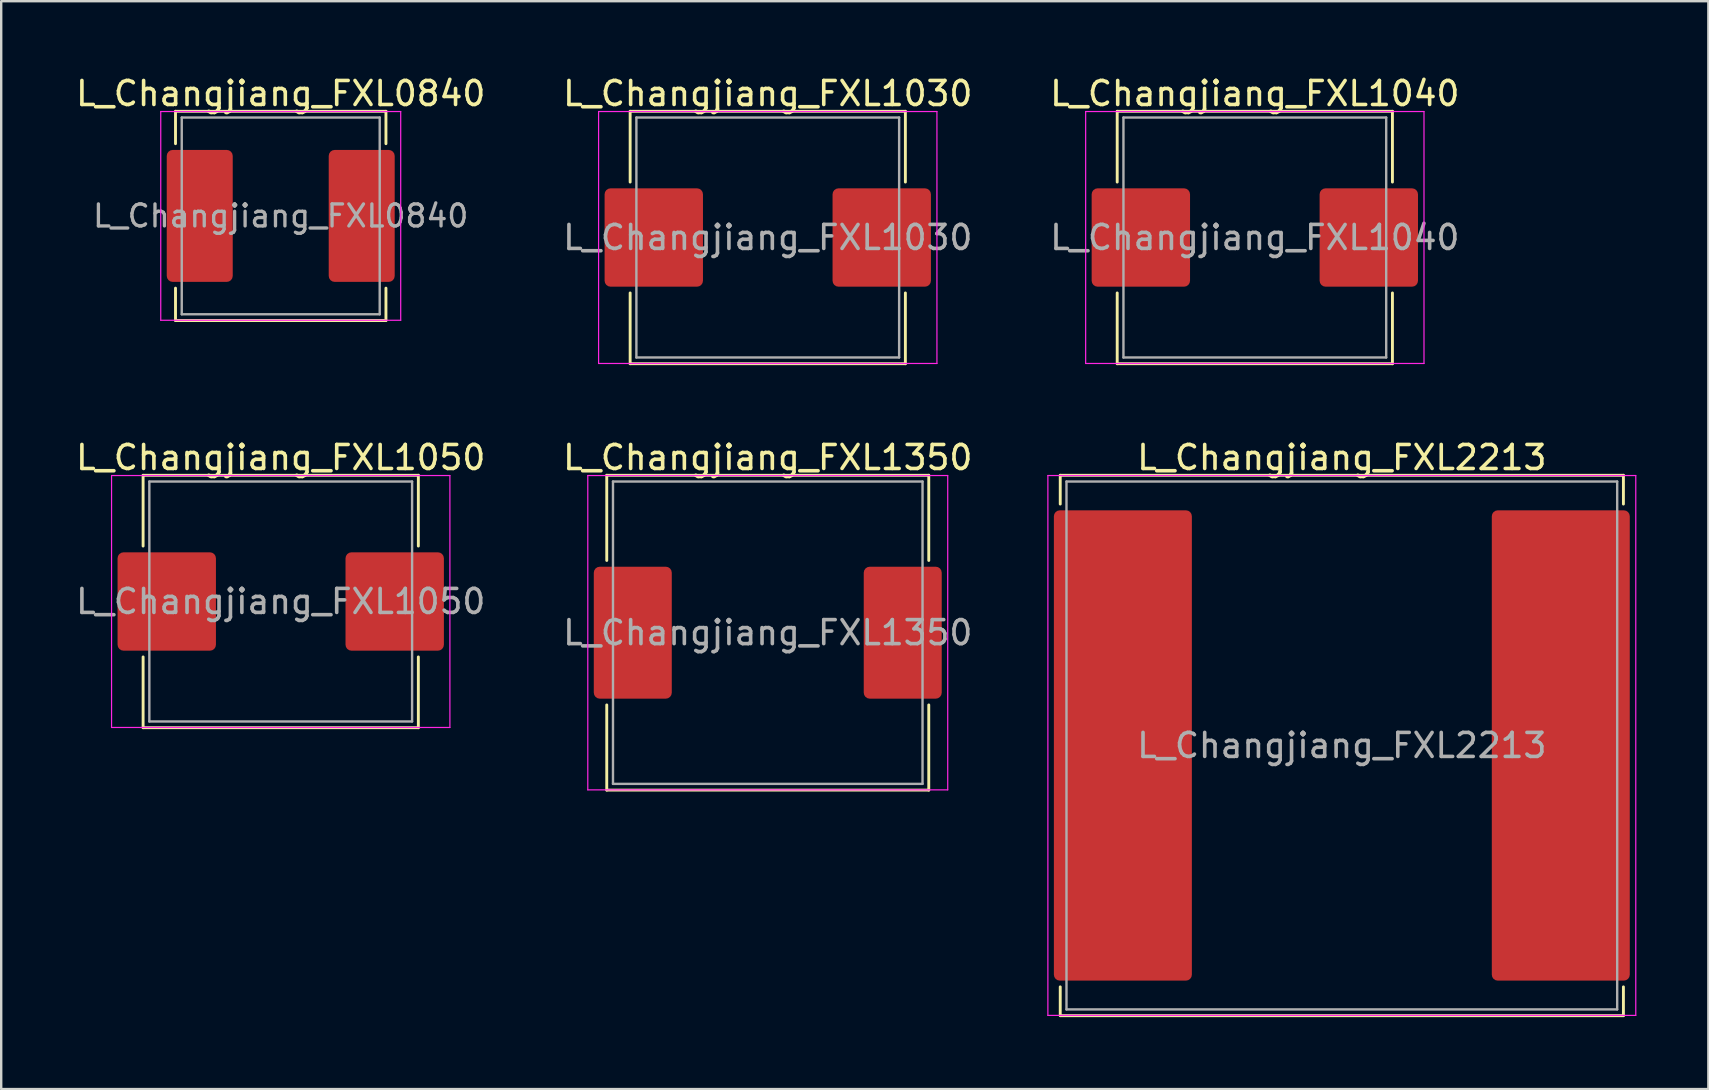
<source format=kicad_pcb>
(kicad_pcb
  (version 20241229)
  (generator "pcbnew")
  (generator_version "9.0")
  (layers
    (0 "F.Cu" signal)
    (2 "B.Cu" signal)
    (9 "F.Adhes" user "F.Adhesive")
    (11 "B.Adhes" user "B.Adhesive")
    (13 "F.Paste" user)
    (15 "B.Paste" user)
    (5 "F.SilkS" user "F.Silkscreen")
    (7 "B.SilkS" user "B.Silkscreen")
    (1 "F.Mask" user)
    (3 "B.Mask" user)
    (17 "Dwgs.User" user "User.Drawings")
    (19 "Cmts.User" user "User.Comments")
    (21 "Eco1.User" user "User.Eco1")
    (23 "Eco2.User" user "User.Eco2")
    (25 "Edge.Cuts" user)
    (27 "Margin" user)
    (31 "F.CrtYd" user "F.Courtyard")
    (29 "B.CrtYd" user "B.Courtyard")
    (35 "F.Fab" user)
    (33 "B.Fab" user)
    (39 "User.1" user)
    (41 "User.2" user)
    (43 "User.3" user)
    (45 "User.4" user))
  (footprint "L_Changjiang_FXL1030"
    (layer "F.Cu")
    (at 28.946 6.848)
    (property "Reference" "L_Changjiang_FXL1030" (at 0 -6 0) (layer "F.SilkS") (effects (font (size 1 1) (thickness 0.15))))
    (attr smd)
    (fp_line (start -5.735 -5.26) (end -5.735 -2.31) (stroke (width 0.12) (type solid)) (layer "F.SilkS"))
    (fp_line (start -5.735 -5.26) (end 5.735 -5.26) (stroke (width 0.12) (type solid)) (layer "F.SilkS"))
    (fp_line (start -5.735 5.26) (end -5.735 2.31) (stroke (width 0.12) (type solid)) (layer "F.SilkS"))
    (fp_line (start -5.735 5.26) (end 5.735 5.26) (stroke (width 0.12) (type solid)) (layer "F.SilkS"))
    (fp_line (start 5.735 -5.26) (end 5.735 -2.31) (stroke (width 0.12) (type solid)) (layer "F.SilkS"))
    (fp_line (start 5.735 5.26) (end 5.735 2.31) (stroke (width 0.12) (type solid)) (layer "F.SilkS"))
    (fp_line (start -7.05 -5.25) (end -7.05 5.25) (stroke (width 0.05) (type solid)) (layer "F.CrtYd"))
    (fp_line (start -7.05 5.25) (end 7.05 5.25) (stroke (width 0.05) (type solid)) (layer "F.CrtYd"))
    (fp_line (start 7.05 -5.25) (end -7.05 -5.25) (stroke (width 0.05) (type solid)) (layer "F.CrtYd"))
    (fp_line (start 7.05 5.25) (end 7.05 -5.25) (stroke (width 0.05) (type solid)) (layer "F.CrtYd"))
    (fp_line (start -5.475 -5) (end -5.475 5) (stroke (width 0.1) (type solid)) (layer "F.Fab"))
    (fp_line (start -5.475 5) (end 5.475 5) (stroke (width 0.1) (type solid)) (layer "F.Fab"))
    (fp_line (start 5.475 -5) (end -5.475 -5) (stroke (width 0.1) (type solid)) (layer "F.Fab"))
    (fp_line (start 5.475 5) (end 5.475 -5) (stroke (width 0.1) (type solid)) (layer "F.Fab"))
    (fp_text user "${REFERENCE}" (at 0 0 0) (layer "F.Fab") (effects (font (size 1 1) (thickness 0.15))))
    (pad "1" smd roundrect (at -4.75 0) (size 4.1 4.1) (layers "F.Cu" "F.Mask" "F.Paste") (roundrect_rratio 0.061))
    (pad "2" smd roundrect (at 4.75 0) (size 4.1 4.1) (layers "F.Cu" "F.Mask" "F.Paste") (roundrect_rratio 0.061)))
  (footprint "L_Changjiang_FXL2213"
    (layer "F.Cu")
    (at 52.87 28.017)
    (property "Reference" "L_Changjiang_FXL2213" (at 0 -12 0) (layer "F.SilkS") (effects (font (size 1 1) (thickness 0.15))))
    (attr smd)
    (fp_line (start -11.735 -11.26) (end -11.735 -10.06) (stroke (width 0.12) (type solid)) (layer "F.SilkS"))
    (fp_line (start -11.735 -11.26) (end 11.735 -11.26) (stroke (width 0.12) (type solid)) (layer "F.SilkS"))
    (fp_line (start -11.735 11.26) (end -11.735 10.06) (stroke (width 0.12) (type solid)) (layer "F.SilkS"))
    (fp_line (start -11.735 11.26) (end 11.735 11.26) (stroke (width 0.12) (type solid)) (layer "F.SilkS"))
    (fp_line (start 11.735 -11.26) (end 11.735 -10.06) (stroke (width 0.12) (type solid)) (layer "F.SilkS"))
    (fp_line (start 11.735 11.26) (end 11.735 10.06) (stroke (width 0.12) (type solid)) (layer "F.SilkS"))
    (fp_line (start -12.25 -11.25) (end -12.25 11.25) (stroke (width 0.05) (type solid)) (layer "F.CrtYd"))
    (fp_line (start -12.25 11.25) (end 12.25 11.25) (stroke (width 0.05) (type solid)) (layer "F.CrtYd"))
    (fp_line (start 12.25 -11.25) (end -12.25 -11.25) (stroke (width 0.05) (type solid)) (layer "F.CrtYd"))
    (fp_line (start 12.25 11.25) (end 12.25 -11.25) (stroke (width 0.05) (type solid)) (layer "F.CrtYd"))
    (fp_line (start -11.475 -11) (end -11.475 11) (stroke (width 0.1) (type solid)) (layer "F.Fab"))
    (fp_line (start -11.475 11) (end 11.475 11) (stroke (width 0.1) (type solid)) (layer "F.Fab"))
    (fp_line (start 11.475 -11) (end -11.475 -11) (stroke (width 0.1) (type solid)) (layer "F.Fab"))
    (fp_line (start 11.475 11) (end 11.475 -11) (stroke (width 0.1) (type solid)) (layer "F.Fab"))
    (fp_text user "${REFERENCE}" (at 0 0 0) (layer "F.Fab") (effects (font (size 1 1) (thickness 0.15))))
    (pad "1" smd roundrect (at -9.125 0) (size 5.75 19.6) (layers "F.Cu" "F.Mask" "F.Paste") (roundrect_rratio 0.043))
    (pad "2" smd roundrect (at 9.125 0) (size 5.75 19.6) (layers "F.Cu" "F.Mask" "F.Paste") (roundrect_rratio 0.043)))
  (footprint "L_Changjiang_FXL1050"
    (layer "F.Cu")
    (at 8.649 22.017)
    (property "Reference" "L_Changjiang_FXL1050" (at 0 -6 0) (layer "F.SilkS") (effects (font (size 1 1) (thickness 0.15))))
    (attr smd)
    (fp_line (start -5.735 -5.26) (end -5.735 -2.31) (stroke (width 0.12) (type solid)) (layer "F.SilkS"))
    (fp_line (start -5.735 -5.26) (end 5.735 -5.26) (stroke (width 0.12) (type solid)) (layer "F.SilkS"))
    (fp_line (start -5.735 5.26) (end -5.735 2.31) (stroke (width 0.12) (type solid)) (layer "F.SilkS"))
    (fp_line (start -5.735 5.26) (end 5.735 5.26) (stroke (width 0.12) (type solid)) (layer "F.SilkS"))
    (fp_line (start 5.735 -5.26) (end 5.735 -2.31) (stroke (width 0.12) (type solid)) (layer "F.SilkS"))
    (fp_line (start 5.735 5.26) (end 5.735 2.31) (stroke (width 0.12) (type solid)) (layer "F.SilkS"))
    (fp_line (start -7.05 -5.25) (end -7.05 5.25) (stroke (width 0.05) (type solid)) (layer "F.CrtYd"))
    (fp_line (start -7.05 5.25) (end 7.05 5.25) (stroke (width 0.05) (type solid)) (layer "F.CrtYd"))
    (fp_line (start 7.05 -5.25) (end -7.05 -5.25) (stroke (width 0.05) (type solid)) (layer "F.CrtYd"))
    (fp_line (start 7.05 5.25) (end 7.05 -5.25) (stroke (width 0.05) (type solid)) (layer "F.CrtYd"))
    (fp_line (start -5.475 -5) (end -5.475 5) (stroke (width 0.1) (type solid)) (layer "F.Fab"))
    (fp_line (start -5.475 5) (end 5.475 5) (stroke (width 0.1) (type solid)) (layer "F.Fab"))
    (fp_line (start 5.475 -5) (end -5.475 -5) (stroke (width 0.1) (type solid)) (layer "F.Fab"))
    (fp_line (start 5.475 5) (end 5.475 -5) (stroke (width 0.1) (type solid)) (layer "F.Fab"))
    (fp_text user "${REFERENCE}" (at 0 0 0) (layer "F.Fab") (effects (font (size 1 1) (thickness 0.15))))
    (pad "1" smd roundrect (at -4.75 0) (size 4.1 4.1) (layers "F.Cu" "F.Mask" "F.Paste") (roundrect_rratio 0.061))
    (pad "2" smd roundrect (at 4.75 0) (size 4.1 4.1) (layers "F.Cu" "F.Mask" "F.Paste") (roundrect_rratio 0.061)))
  (footprint "L_Changjiang_FXL1350"
    (layer "F.Cu")
    (at 28.946 23.317)
    (property "Reference" "L_Changjiang_FXL1350" (at 0 -7.3 0) (layer "F.SilkS") (effects (font (size 1 1) (thickness 0.15))))
    (attr smd)
    (fp_line (start -6.71 -6.56) (end -6.71 -3.01) (stroke (width 0.12) (type solid)) (layer "F.SilkS"))
    (fp_line (start -6.71 -6.56) (end 6.71 -6.56) (stroke (width 0.12) (type solid)) (layer "F.SilkS"))
    (fp_line (start -6.71 6.56) (end -6.71 3.01) (stroke (width 0.12) (type solid)) (layer "F.SilkS"))
    (fp_line (start -6.71 6.56) (end 6.71 6.56) (stroke (width 0.12) (type solid)) (layer "F.SilkS"))
    (fp_line (start 6.71 -6.56) (end 6.71 -3.01) (stroke (width 0.12) (type solid)) (layer "F.SilkS"))
    (fp_line (start 6.71 6.56) (end 6.71 3.01) (stroke (width 0.12) (type solid)) (layer "F.SilkS"))
    (fp_line (start -7.5 -6.55) (end -7.5 6.55) (stroke (width 0.05) (type solid)) (layer "F.CrtYd"))
    (fp_line (start -7.5 6.55) (end 7.5 6.55) (stroke (width 0.05) (type solid)) (layer "F.CrtYd"))
    (fp_line (start 7.5 -6.55) (end -7.5 -6.55) (stroke (width 0.05) (type solid)) (layer "F.CrtYd"))
    (fp_line (start 7.5 6.55) (end 7.5 -6.55) (stroke (width 0.05) (type solid)) (layer "F.CrtYd"))
    (fp_line (start -6.45 -6.3) (end -6.45 6.3) (stroke (width 0.1) (type solid)) (layer "F.Fab"))
    (fp_line (start -6.45 6.3) (end 6.45 6.3) (stroke (width 0.1) (type solid)) (layer "F.Fab"))
    (fp_line (start 6.45 -6.3) (end -6.45 -6.3) (stroke (width 0.1) (type solid)) (layer "F.Fab"))
    (fp_line (start 6.45 6.3) (end 6.45 -6.3) (stroke (width 0.1) (type solid)) (layer "F.Fab"))
    (fp_text user "${REFERENCE}" (at 0 0 0) (layer "F.Fab") (effects (font (size 1 1) (thickness 0.15))))
    (pad "1" smd roundrect (at -5.625 0) (size 3.25 5.5) (layers "F.Cu" "F.Mask" "F.Paste") (roundrect_rratio 0.077))
    (pad "2" smd roundrect (at 5.625 0) (size 3.25 5.5) (layers "F.Cu" "F.Mask" "F.Paste") (roundrect_rratio 0.077)))
  (footprint "L_Changjiang_FXL0840"
    (layer "F.Cu")
    (at 8.649 5.948)
    (property "Reference" "L_Changjiang_FXL0840" (at 0 -5.1 0) (layer "F.SilkS") (effects (font (size 1 1) (thickness 0.15))))
    (attr smd)
    (fp_line (start -4.385 -4.36) (end -4.385 -3.01) (stroke (width 0.12) (type solid)) (layer "F.SilkS"))
    (fp_line (start -4.385 -4.36) (end 4.385 -4.36) (stroke (width 0.12) (type solid)) (layer "F.SilkS"))
    (fp_line (start -4.385 4.36) (end -4.385 3.01) (stroke (width 0.12) (type solid)) (layer "F.SilkS"))
    (fp_line (start -4.385 4.36) (end 4.385 4.36) (stroke (width 0.12) (type solid)) (layer "F.SilkS"))
    (fp_line (start 4.385 -4.36) (end 4.385 -3.01) (stroke (width 0.12) (type solid)) (layer "F.SilkS"))
    (fp_line (start 4.385 4.36) (end 4.385 3.01) (stroke (width 0.12) (type solid)) (layer "F.SilkS"))
    (fp_line (start -5 -4.35) (end -5 4.35) (stroke (width 0.05) (type solid)) (layer "F.CrtYd"))
    (fp_line (start -5 4.35) (end 5 4.35) (stroke (width 0.05) (type solid)) (layer "F.CrtYd"))
    (fp_line (start 5 -4.35) (end -5 -4.35) (stroke (width 0.05) (type solid)) (layer "F.CrtYd"))
    (fp_line (start 5 4.35) (end 5 -4.35) (stroke (width 0.05) (type solid)) (layer "F.CrtYd"))
    (fp_line (start -4.125 -4.1) (end -4.125 4.1) (stroke (width 0.1) (type solid)) (layer "F.Fab"))
    (fp_line (start -4.125 4.1) (end 4.125 4.1) (stroke (width 0.1) (type solid)) (layer "F.Fab"))
    (fp_line (start 4.125 -4.1) (end -4.125 -4.1) (stroke (width 0.1) (type solid)) (layer "F.Fab"))
    (fp_line (start 4.125 4.1) (end 4.125 -4.1) (stroke (width 0.1) (type solid)) (layer "F.Fab"))
    (fp_text user "${REFERENCE}" (at 0 0 0) (layer "F.Fab") (effects (font (size 0.917 0.917) (thickness 0.138))))
    (pad "1" smd roundrect (at -3.375 0) (size 2.75 5.5) (layers "F.Cu" "F.Mask" "F.Paste") (roundrect_rratio 0.091))
    (pad "2" smd roundrect (at 3.375 0) (size 2.75 5.5) (layers "F.Cu" "F.Mask" "F.Paste") (roundrect_rratio 0.091)))
  (footprint "L_Changjiang_FXL1040"
    (layer "F.Cu")
    (at 49.244 6.848)
    (property "Reference" "L_Changjiang_FXL1040" (at 0 -6 0) (layer "F.SilkS") (effects (font (size 1 1) (thickness 0.15))))
    (attr smd)
    (fp_line (start -5.735 -5.26) (end -5.735 -2.31) (stroke (width 0.12) (type solid)) (layer "F.SilkS"))
    (fp_line (start -5.735 -5.26) (end 5.735 -5.26) (stroke (width 0.12) (type solid)) (layer "F.SilkS"))
    (fp_line (start -5.735 5.26) (end -5.735 2.31) (stroke (width 0.12) (type solid)) (layer "F.SilkS"))
    (fp_line (start -5.735 5.26) (end 5.735 5.26) (stroke (width 0.12) (type solid)) (layer "F.SilkS"))
    (fp_line (start 5.735 -5.26) (end 5.735 -2.31) (stroke (width 0.12) (type solid)) (layer "F.SilkS"))
    (fp_line (start 5.735 5.26) (end 5.735 2.31) (stroke (width 0.12) (type solid)) (layer "F.SilkS"))
    (fp_line (start -7.05 -5.25) (end -7.05 5.25) (stroke (width 0.05) (type solid)) (layer "F.CrtYd"))
    (fp_line (start -7.05 5.25) (end 7.05 5.25) (stroke (width 0.05) (type solid)) (layer "F.CrtYd"))
    (fp_line (start 7.05 -5.25) (end -7.05 -5.25) (stroke (width 0.05) (type solid)) (layer "F.CrtYd"))
    (fp_line (start 7.05 5.25) (end 7.05 -5.25) (stroke (width 0.05) (type solid)) (layer "F.CrtYd"))
    (fp_line (start -5.475 -5) (end -5.475 5) (stroke (width 0.1) (type solid)) (layer "F.Fab"))
    (fp_line (start -5.475 5) (end 5.475 5) (stroke (width 0.1) (type solid)) (layer "F.Fab"))
    (fp_line (start 5.475 -5) (end -5.475 -5) (stroke (width 0.1) (type solid)) (layer "F.Fab"))
    (fp_line (start 5.475 5) (end 5.475 -5) (stroke (width 0.1) (type solid)) (layer "F.Fab"))
    (fp_text user "${REFERENCE}" (at 0 0 0) (layer "F.Fab") (effects (font (size 1 1) (thickness 0.15))))
    (pad "1" smd roundrect (at -4.75 0) (size 4.1 4.1) (layers "F.Cu" "F.Mask" "F.Paste") (roundrect_rratio 0.061))
    (pad "2" smd roundrect (at 4.75 0) (size 4.1 4.1) (layers "F.Cu" "F.Mask" "F.Paste") (roundrect_rratio 0.061)))
  (gr_rect
    (start -3 -3)
    (end 68.145 42.337)
    (stroke (width 0.1) (type default))
    (fill no)
    (layer "Edge.Cuts")))
</source>
